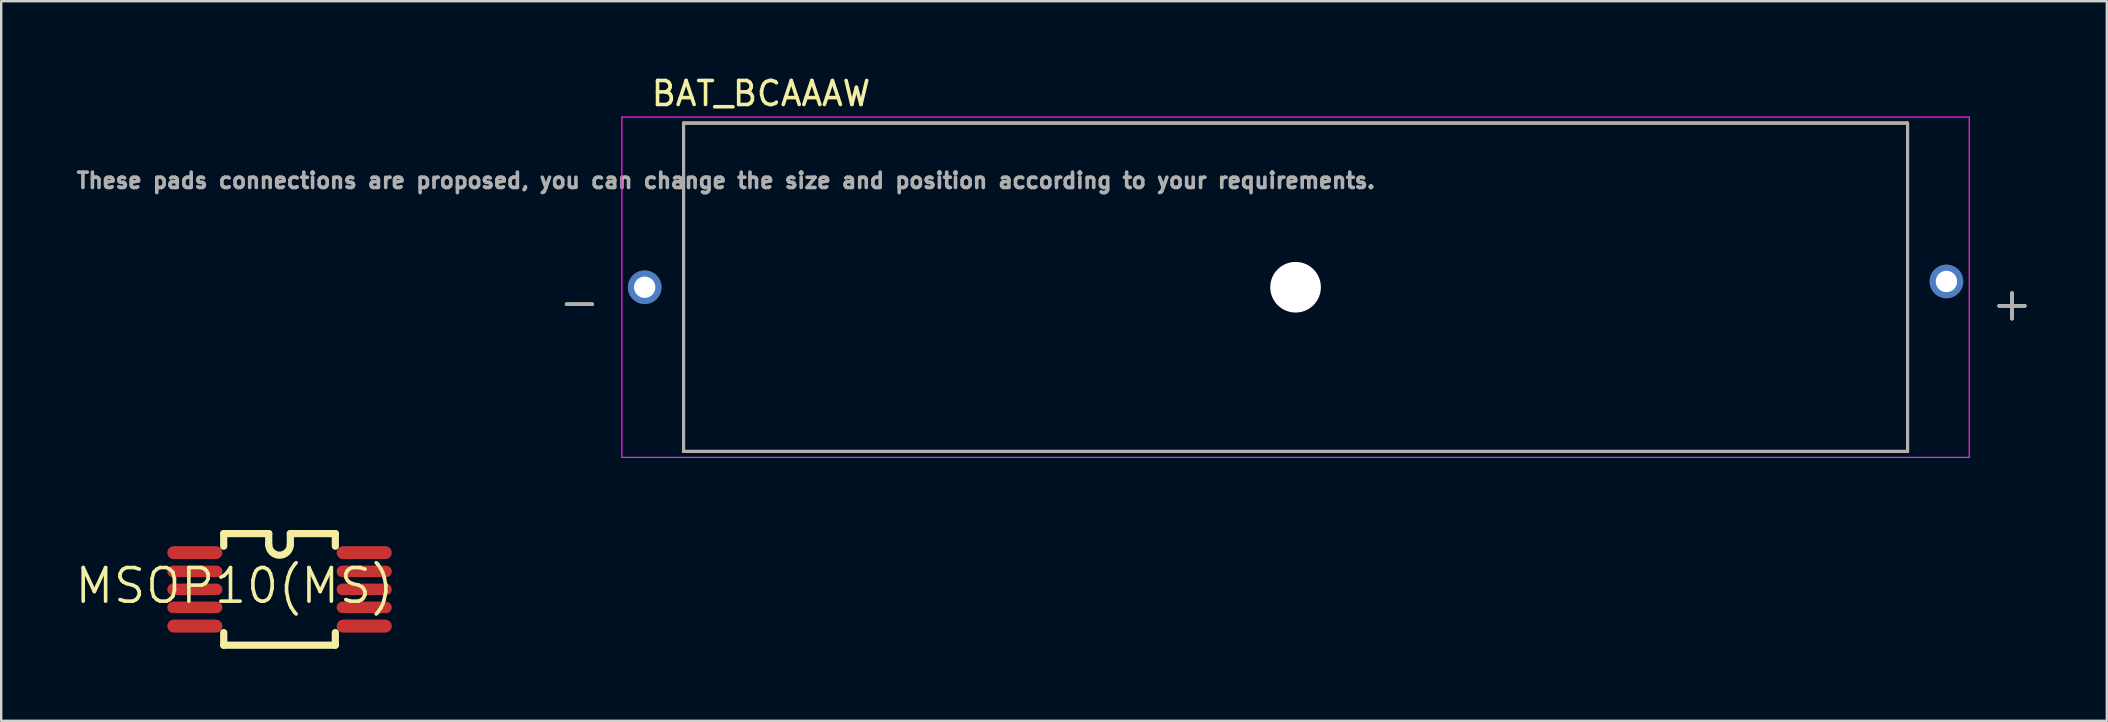
<source format=kicad_pcb>
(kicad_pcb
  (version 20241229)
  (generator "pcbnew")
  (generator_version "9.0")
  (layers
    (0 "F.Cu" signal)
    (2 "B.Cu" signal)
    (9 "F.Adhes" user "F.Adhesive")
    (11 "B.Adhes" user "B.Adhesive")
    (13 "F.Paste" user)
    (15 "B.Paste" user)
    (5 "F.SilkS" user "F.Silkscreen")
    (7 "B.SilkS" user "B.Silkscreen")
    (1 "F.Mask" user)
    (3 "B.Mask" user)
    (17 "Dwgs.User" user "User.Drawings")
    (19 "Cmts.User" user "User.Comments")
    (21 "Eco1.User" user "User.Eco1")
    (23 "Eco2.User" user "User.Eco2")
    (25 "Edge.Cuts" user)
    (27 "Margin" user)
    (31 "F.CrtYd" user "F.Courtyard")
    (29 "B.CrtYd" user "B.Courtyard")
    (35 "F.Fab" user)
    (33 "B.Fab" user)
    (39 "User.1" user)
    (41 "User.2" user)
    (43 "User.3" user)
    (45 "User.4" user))
  (footprint "BAT_BCAAAW"
    (layer "F.Cu")
    (at 50.932 8.918)
    (property "Reference" "BAT_BCAAAW" (at -22.275 -8.07 0) (layer "F.SilkS") (effects (font (size 1 1) (thickness 0.15))))
    (attr through_hole)
    (fp_line (start -25.5 -6.84) (end -25.5 6.84) (stroke (width 0.127) (type solid)) (layer "F.SilkS"))
    (fp_line (start -25.5 6.84) (end 25.5 6.84) (stroke (width 0.127) (type solid)) (layer "F.SilkS"))
    (fp_line (start 25.5 -6.84) (end -25.5 -6.84) (stroke (width 0.127) (type solid)) (layer "F.SilkS"))
    (fp_line (start 25.5 6.84) (end 25.5 -6.84) (stroke (width 0.127) (type solid)) (layer "F.SilkS"))
    (fp_line (start -28.07 -7.09) (end -28.07 7.09) (stroke (width 0.05) (type solid)) (layer "F.CrtYd"))
    (fp_line (start -28.07 7.09) (end 28.07 7.09) (stroke (width 0.05) (type solid)) (layer "F.CrtYd"))
    (fp_line (start 28.07 -7.09) (end -28.07 -7.09) (stroke (width 0.05) (type solid)) (layer "F.CrtYd"))
    (fp_line (start 28.07 7.09) (end 28.07 -7.09) (stroke (width 0.05) (type solid)) (layer "F.CrtYd"))
    (fp_line (start -25.5 -6.84) (end -25.5 6.84) (stroke (width 0.127) (type solid)) (layer "F.Fab"))
    (fp_line (start -25.5 6.84) (end 25.5 6.84) (stroke (width 0.127) (type solid)) (layer "F.Fab"))
    (fp_line (start 25.5 -6.84) (end -25.5 -6.84) (stroke (width 0.127) (type solid)) (layer "F.Fab"))
    (fp_line (start 25.5 6.84) (end 25.5 -6.84) (stroke (width 0.127) (type solid)) (layer "F.Fab"))
    (fp_text user "+" (at 29.85 0.67 0) (layer "F.SilkS") (effects (font (size 1.4 1.4) (thickness 0.15))))
    (fp_text user "-" (at -29.84 0.6 0) (layer "F.SilkS") (effects (font (size 1.4 1.4) (thickness 0.15))))
    (fp_text user "These pads connections are proposed, you can change the size and position according to your requirements. " (at -23.495 -4.445 0) (layer "F.Fab") (effects (font (size 0.64 0.64) (thickness 0.15))))
    (fp_text user "-" (at -29.84 0.6 0) (layer "F.Fab") (effects (font (size 1.4 1.4) (thickness 0.15))))
    (fp_text user "+" (at 29.85 0.67 0) (layer "F.Fab") (effects (font (size 1.4 1.4) (thickness 0.15))))
    (pad "" np_thru_hole circle (at 0 0) (size 2.11 2.11) (drill 2.11) (layers "*.Cu" "*.Mask"))
    (pad "+" thru_hole circle (at 27.12 -0.24) (size 1.398 1.398) (drill 0.89) (layers "*.Cu" "*.Mask"))
    (pad "-" thru_hole circle (at -27.12 0) (size 1.398 1.398) (drill 0.89) (layers "*.Cu" "*.Mask")))
  (footprint "MSOP10(MS)"
    (layer "F.Cu")
    (at 8.597 21.508)
    (property "Reference" "MSOP10(MS)" (at -1.876 -0.15 0) (layer "F.SilkS") (effects (font (size 1.401 1.401) (thickness 0.15))))
    (attr through_hole)
    (fp_line (start -2.325 -2.325) (end -0.45 -2.325) (stroke (width 0.3) (type solid)) (layer "F.SilkS"))
    (fp_line (start -2.325 -1.8) (end -2.325 -2.325) (stroke (width 0.3) (type solid)) (layer "F.SilkS"))
    (fp_line (start -2.325 1.8) (end -2.325 2.325) (stroke (width 0.3) (type solid)) (layer "F.SilkS"))
    (fp_line (start -2.325 2.325) (end 2.325 2.325) (stroke (width 0.3) (type solid)) (layer "F.SilkS"))
    (fp_line (start -0.45 -2.325) (end -0.45 -1.875) (stroke (width 0.3) (type solid)) (layer "F.SilkS"))
    (fp_line (start 0.45 -2.325) (end 2.325 -2.325) (stroke (width 0.3) (type solid)) (layer "F.SilkS"))
    (fp_line (start 0.45 -1.875) (end 0.45 -2.325) (stroke (width 0.3) (type solid)) (layer "F.SilkS"))
    (fp_line (start 2.325 -2.325) (end 2.325 -1.8) (stroke (width 0.3) (type solid)) (layer "F.SilkS"))
    (fp_line (start 2.325 2.325) (end 2.325 1.8) (stroke (width 0.3) (type solid)) (layer "F.SilkS"))
    (fp_arc (start 0.45 -1.875) (mid 0 -1.425) (end -0.45 -1.875) (stroke (width 0.3) (type solid)) (layer "F.SilkS"))
    (pad "1" smd oval (at -3.529 -1.53) (size 2.295 0.54) (layers "F.Cu" "F.Mask" "F.Paste"))
    (pad "2" smd oval (at -3.529 -0.75) (size 2.295 0.48) (layers "F.Cu" "F.Mask" "F.Paste"))
    (pad "3" smd oval (at -3.529 0) (size 2.295 0.48) (layers "F.Cu" "F.Mask" "F.Paste"))
    (pad "4" smd oval (at -3.529 0.75) (size 2.295 0.48) (layers "F.Cu" "F.Mask" "F.Paste"))
    (pad "5" smd oval (at -3.529 1.53) (size 2.295 0.54) (layers "F.Cu" "F.Mask" "F.Paste"))
    (pad "6" smd oval (at 3.529 1.53) (size 2.295 0.54) (layers "F.Cu" "F.Mask" "F.Paste"))
    (pad "7" smd oval (at 3.529 0.75) (size 2.295 0.48) (layers "F.Cu" "F.Mask" "F.Paste"))
    (pad "8" smd oval (at 3.529 0) (size 2.295 0.48) (layers "F.Cu" "F.Mask" "F.Paste"))
    (pad "9" smd oval (at 3.529 -0.75) (size 2.295 0.48) (layers "F.Cu" "F.Mask" "F.Paste"))
    (pad "10" smd oval (at 3.529 -1.53) (size 2.295 0.54) (layers "F.Cu" "F.Mask" "F.Paste")))
  (gr_rect
    (start -3 -3)
    (end 84.734 26.983)
    (stroke (width 0.1) (type default))
    (fill no)
    (layer "Edge.Cuts")))
</source>
